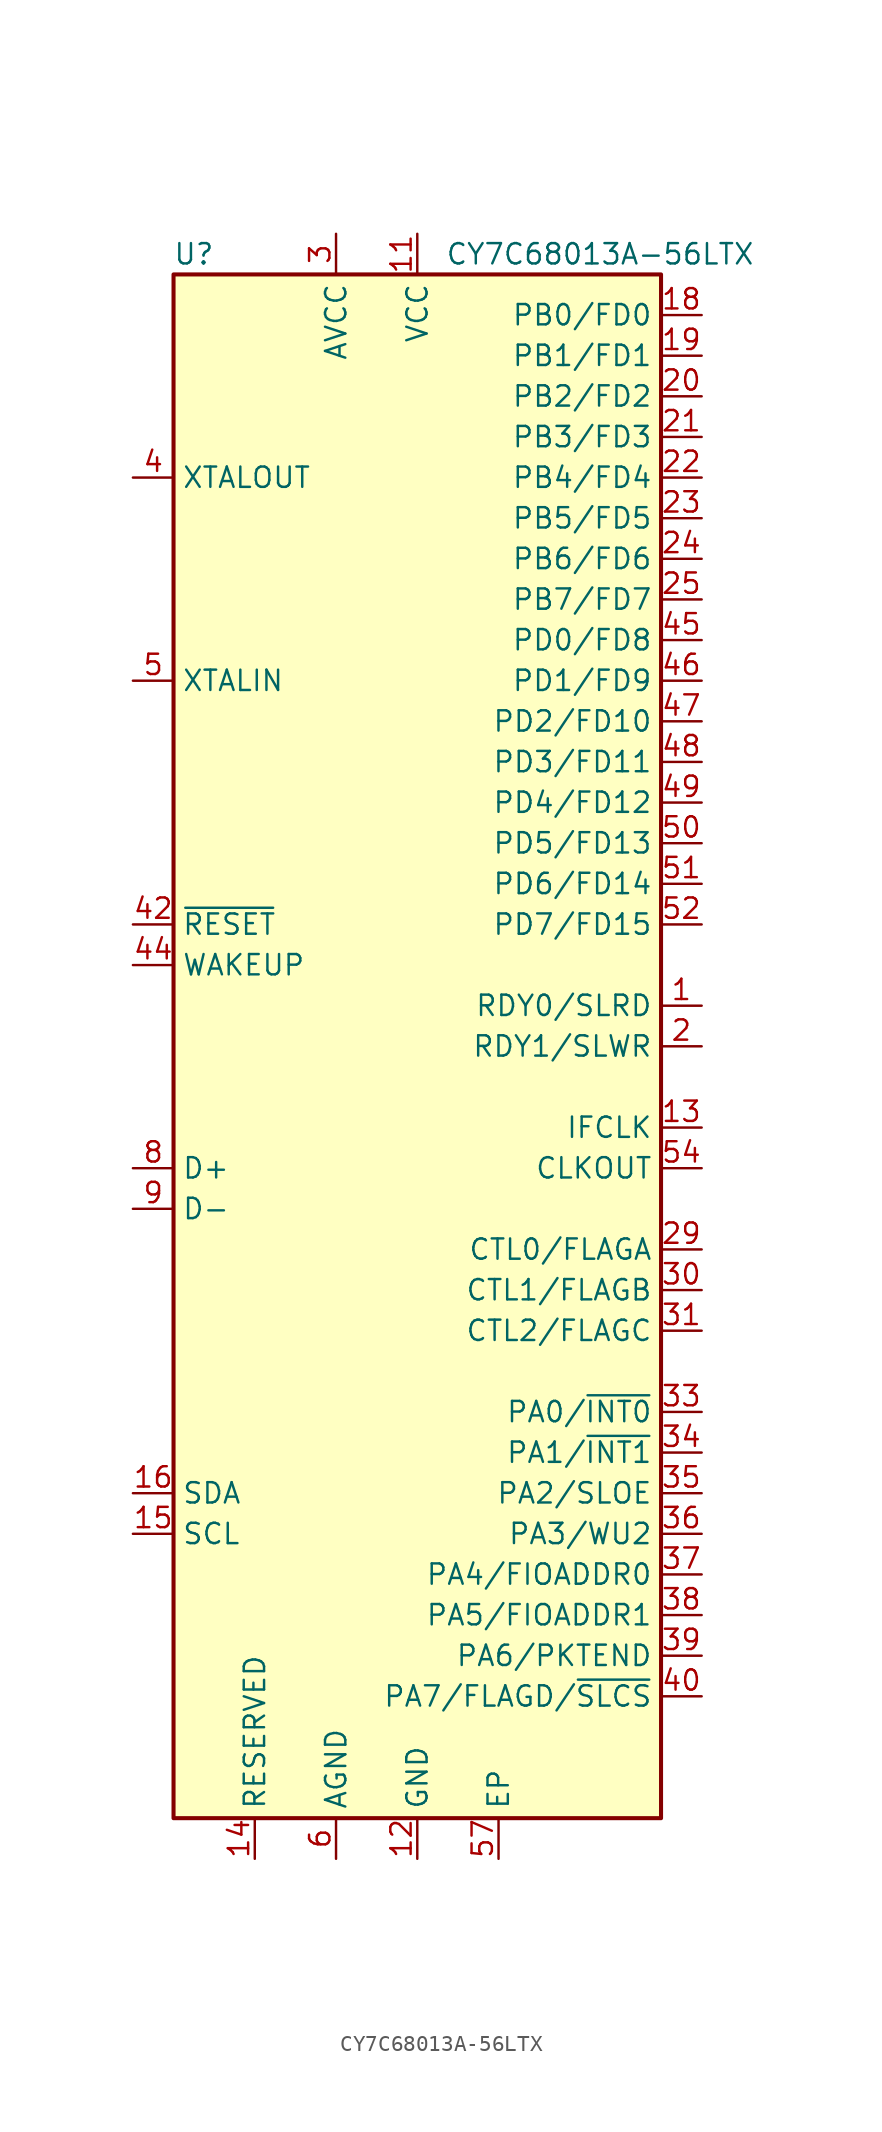
<source format=kicad_sym>
(kicad_symbol_lib
  (version 20220914)
  (generator kicad_symbol_editor)
  (symbol "CY7C68013A-56LTX"
    (property "Reference" "U"
      (at -13.97 49.53 0)
      (effects (font (size 1.27 1.27))))
    (property "Value" "CY7C68013A-56LTX"
      (at 11.43 49.53 0)
      (effects (font (size 1.27 1.27))))
    (symbol "CY7C68013A-56LTX_0_1"
      (rectangle (start -15.24 48.26) (end 15.24 -48.26) (stroke (width 0.254) (type default)) (fill (type background))))
    (symbol "CY7C68013A-56LTX_1_1"
      (pin input line (at 17.78 2.54 180) (length 2.54) (name "RDY0/SLRD" (effects (font (size 1.27 1.27)))) (number "1" (effects (font (size 1.27 1.27)))))
      (pin passive line (at -5.08 -50.8 90) (length 2.54) hide (name "AGND" (effects (font (size 1.27 1.27)))) (number "10" (effects (font (size 1.27 1.27)))))
      (pin power_in line (at 0 50.8 270) (length 2.54) (name "VCC" (effects (font (size 1.27 1.27)))) (number "11" (effects (font (size 1.27 1.27)))))
      (pin power_in line (at 0 -50.8 90) (length 2.54) (name "GND" (effects (font (size 1.27 1.27)))) (number "12" (effects (font (size 1.27 1.27)))))
      (pin bidirectional line (at 17.78 -5.08 180) (length 2.54) (name "IFCLK" (effects (font (size 1.27 1.27)))) (number "13" (effects (font (size 1.27 1.27)))))
      (pin input line (at -10.16 -50.8 90) (length 2.54) (name "RESERVED" (effects (font (size 1.27 1.27)))) (number "14" (effects (font (size 1.27 1.27)))))
      (pin input line (at -17.78 -30.48 0) (length 2.54) (name "SCL" (effects (font (size 1.27 1.27)))) (number "15" (effects (font (size 1.27 1.27)))))
      (pin bidirectional line (at -17.78 -27.94 0) (length 2.54) (name "SDA" (effects (font (size 1.27 1.27)))) (number "16" (effects (font (size 1.27 1.27)))))
      (pin passive line (at 0 50.8 270) (length 2.54) hide (name "VCC" (effects (font (size 1.27 1.27)))) (number "17" (effects (font (size 1.27 1.27)))))
      (pin bidirectional line (at 17.78 45.72 180) (length 2.54) (name "PB0/FD0" (effects (font (size 1.27 1.27)))) (number "18" (effects (font (size 1.27 1.27)))))
      (pin bidirectional line (at 17.78 43.18 180) (length 2.54) (name "PB1/FD1" (effects (font (size 1.27 1.27)))) (number "19" (effects (font (size 1.27 1.27)))))
      (pin input line (at 17.78 0 180) (length 2.54) (name "RDY1/SLWR" (effects (font (size 1.27 1.27)))) (number "2" (effects (font (size 1.27 1.27)))))
      (pin bidirectional line (at 17.78 40.64 180) (length 2.54) (name "PB2/FD2" (effects (font (size 1.27 1.27)))) (number "20" (effects (font (size 1.27 1.27)))))
      (pin bidirectional line (at 17.78 38.1 180) (length 2.54) (name "PB3/FD3" (effects (font (size 1.27 1.27)))) (number "21" (effects (font (size 1.27 1.27)))))
      (pin bidirectional line (at 17.78 35.56 180) (length 2.54) (name "PB4/FD4" (effects (font (size 1.27 1.27)))) (number "22" (effects (font (size 1.27 1.27)))))
      (pin bidirectional line (at 17.78 33.02 180) (length 2.54) (name "PB5/FD5" (effects (font (size 1.27 1.27)))) (number "23" (effects (font (size 1.27 1.27)))))
      (pin bidirectional line (at 17.78 30.48 180) (length 2.54) (name "PB6/FD6" (effects (font (size 1.27 1.27)))) (number "24" (effects (font (size 1.27 1.27)))))
      (pin bidirectional line (at 17.78 27.94 180) (length 2.54) (name "PB7/FD7" (effects (font (size 1.27 1.27)))) (number "25" (effects (font (size 1.27 1.27)))))
      (pin passive line (at 0 -50.8 90) (length 2.54) hide (name "GND" (effects (font (size 1.27 1.27)))) (number "26" (effects (font (size 1.27 1.27)))))
      (pin passive line (at 0 50.8 270) (length 2.54) hide (name "VCC" (effects (font (size 1.27 1.27)))) (number "27" (effects (font (size 1.27 1.27)))))
      (pin passive line (at 0 -50.8 90) (length 2.54) hide (name "GND" (effects (font (size 1.27 1.27)))) (number "28" (effects (font (size 1.27 1.27)))))
      (pin output line (at 17.78 -12.7 180) (length 2.54) (name "CTL0/FLAGA" (effects (font (size 1.27 1.27)))) (number "29" (effects (font (size 1.27 1.27)))))
      (pin power_in line (at -5.08 50.8 270) (length 2.54) (name "AVCC" (effects (font (size 1.27 1.27)))) (number "3" (effects (font (size 1.27 1.27)))))
      (pin output line (at 17.78 -15.24 180) (length 2.54) (name "CTL1/FLAGB" (effects (font (size 1.27 1.27)))) (number "30" (effects (font (size 1.27 1.27)))))
      (pin output line (at 17.78 -17.78 180) (length 2.54) (name "CTL2/FLAGC" (effects (font (size 1.27 1.27)))) (number "31" (effects (font (size 1.27 1.27)))))
      (pin passive line (at 0 50.8 270) (length 2.54) hide (name "VCC" (effects (font (size 1.27 1.27)))) (number "32" (effects (font (size 1.27 1.27)))))
      (pin bidirectional line (at 17.78 -22.86 180) (length 2.54) (name "PA0/~{INT0}" (effects (font (size 1.27 1.27)))) (number "33" (effects (font (size 1.27 1.27)))))
      (pin bidirectional line (at 17.78 -25.4 180) (length 2.54) (name "PA1/~{INT1}" (effects (font (size 1.27 1.27)))) (number "34" (effects (font (size 1.27 1.27)))))
      (pin bidirectional line (at 17.78 -27.94 180) (length 2.54) (name "PA2/SLOE" (effects (font (size 1.27 1.27)))) (number "35" (effects (font (size 1.27 1.27)))))
      (pin bidirectional line (at 17.78 -30.48 180) (length 2.54) (name "PA3/WU2" (effects (font (size 1.27 1.27)))) (number "36" (effects (font (size 1.27 1.27)))))
      (pin bidirectional line (at 17.78 -33.02 180) (length 2.54) (name "PA4/FIOADDR0" (effects (font (size 1.27 1.27)))) (number "37" (effects (font (size 1.27 1.27)))))
      (pin bidirectional line (at 17.78 -35.56 180) (length 2.54) (name "PA5/FIOADDR1" (effects (font (size 1.27 1.27)))) (number "38" (effects (font (size 1.27 1.27)))))
      (pin bidirectional line (at 17.78 -38.1 180) (length 2.54) (name "PA6/PKTEND" (effects (font (size 1.27 1.27)))) (number "39" (effects (font (size 1.27 1.27)))))
      (pin output line (at -17.78 35.56 0) (length 2.54) (name "XTALOUT" (effects (font (size 1.27 1.27)))) (number "4" (effects (font (size 1.27 1.27)))))
      (pin bidirectional line (at 17.78 -40.64 180) (length 2.54) (name "PA7/FLAGD/~{SLCS}" (effects (font (size 1.27 1.27)))) (number "40" (effects (font (size 1.27 1.27)))))
      (pin passive line (at 0 -50.8 90) (length 2.54) hide (name "GND" (effects (font (size 1.27 1.27)))) (number "41" (effects (font (size 1.27 1.27)))))
      (pin input line (at -17.78 7.62 0) (length 2.54) (name "~{RESET}" (effects (font (size 1.27 1.27)))) (number "42" (effects (font (size 1.27 1.27)))))
      (pin passive line (at 0 50.8 270) (length 2.54) hide (name "VCC" (effects (font (size 1.27 1.27)))) (number "43" (effects (font (size 1.27 1.27)))))
      (pin input line (at -17.78 5.08 0) (length 2.54) (name "WAKEUP" (effects (font (size 1.27 1.27)))) (number "44" (effects (font (size 1.27 1.27)))))
      (pin bidirectional line (at 17.78 25.4 180) (length 2.54) (name "PD0/FD8" (effects (font (size 1.27 1.27)))) (number "45" (effects (font (size 1.27 1.27)))))
      (pin bidirectional line (at 17.78 22.86 180) (length 2.54) (name "PD1/FD9" (effects (font (size 1.27 1.27)))) (number "46" (effects (font (size 1.27 1.27)))))
      (pin bidirectional line (at 17.78 20.32 180) (length 2.54) (name "PD2/FD10" (effects (font (size 1.27 1.27)))) (number "47" (effects (font (size 1.27 1.27)))))
      (pin bidirectional line (at 17.78 17.78 180) (length 2.54) (name "PD3/FD11" (effects (font (size 1.27 1.27)))) (number "48" (effects (font (size 1.27 1.27)))))
      (pin bidirectional line (at 17.78 15.24 180) (length 2.54) (name "PD4/FD12" (effects (font (size 1.27 1.27)))) (number "49" (effects (font (size 1.27 1.27)))))
      (pin input line (at -17.78 22.86 0) (length 2.54) (name "XTALIN" (effects (font (size 1.27 1.27)))) (number "5" (effects (font (size 1.27 1.27)))))
      (pin bidirectional line (at 17.78 12.7 180) (length 2.54) (name "PD5/FD13" (effects (font (size 1.27 1.27)))) (number "50" (effects (font (size 1.27 1.27)))))
      (pin bidirectional line (at 17.78 10.16 180) (length 2.54) (name "PD6/FD14" (effects (font (size 1.27 1.27)))) (number "51" (effects (font (size 1.27 1.27)))))
      (pin bidirectional line (at 17.78 7.62 180) (length 2.54) (name "PD7/FD15" (effects (font (size 1.27 1.27)))) (number "52" (effects (font (size 1.27 1.27)))))
      (pin passive line (at 0 -50.8 90) (length 2.54) hide (name "GND" (effects (font (size 1.27 1.27)))) (number "53" (effects (font (size 1.27 1.27)))))
      (pin output line (at 17.78 -7.62 180) (length 2.54) (name "CLKOUT" (effects (font (size 1.27 1.27)))) (number "54" (effects (font (size 1.27 1.27)))))
      (pin passive line (at 0 50.8 270) (length 2.54) hide (name "VCC" (effects (font (size 1.27 1.27)))) (number "55" (effects (font (size 1.27 1.27)))))
      (pin passive line (at 0 -50.8 90) (length 2.54) hide (name "GND" (effects (font (size 1.27 1.27)))) (number "56" (effects (font (size 1.27 1.27)))))
      (pin input line (at 5.08 -50.8 90) (length 2.54) (name "EP" (effects (font (size 1.27 1.27)))) (number "57" (effects (font (size 1.27 1.27)))))
      (pin power_in line (at -5.08 -50.8 90) (length 2.54) (name "AGND" (effects (font (size 1.27 1.27)))) (number "6" (effects (font (size 1.27 1.27)))))
      (pin passive line (at -5.08 50.8 270) (length 2.54) hide (name "AVCC" (effects (font (size 1.27 1.27)))) (number "7" (effects (font (size 1.27 1.27)))))
      (pin bidirectional line (at -17.78 -7.62 0) (length 2.54) (name "D+" (effects (font (size 1.27 1.27)))) (number "8" (effects (font (size 1.27 1.27)))))
      (pin bidirectional line (at -17.78 -10.16 0) (length 2.54) (name "D-" (effects (font (size 1.27 1.27)))) (number "9" (effects (font (size 1.27 1.27))))))))
</source>
